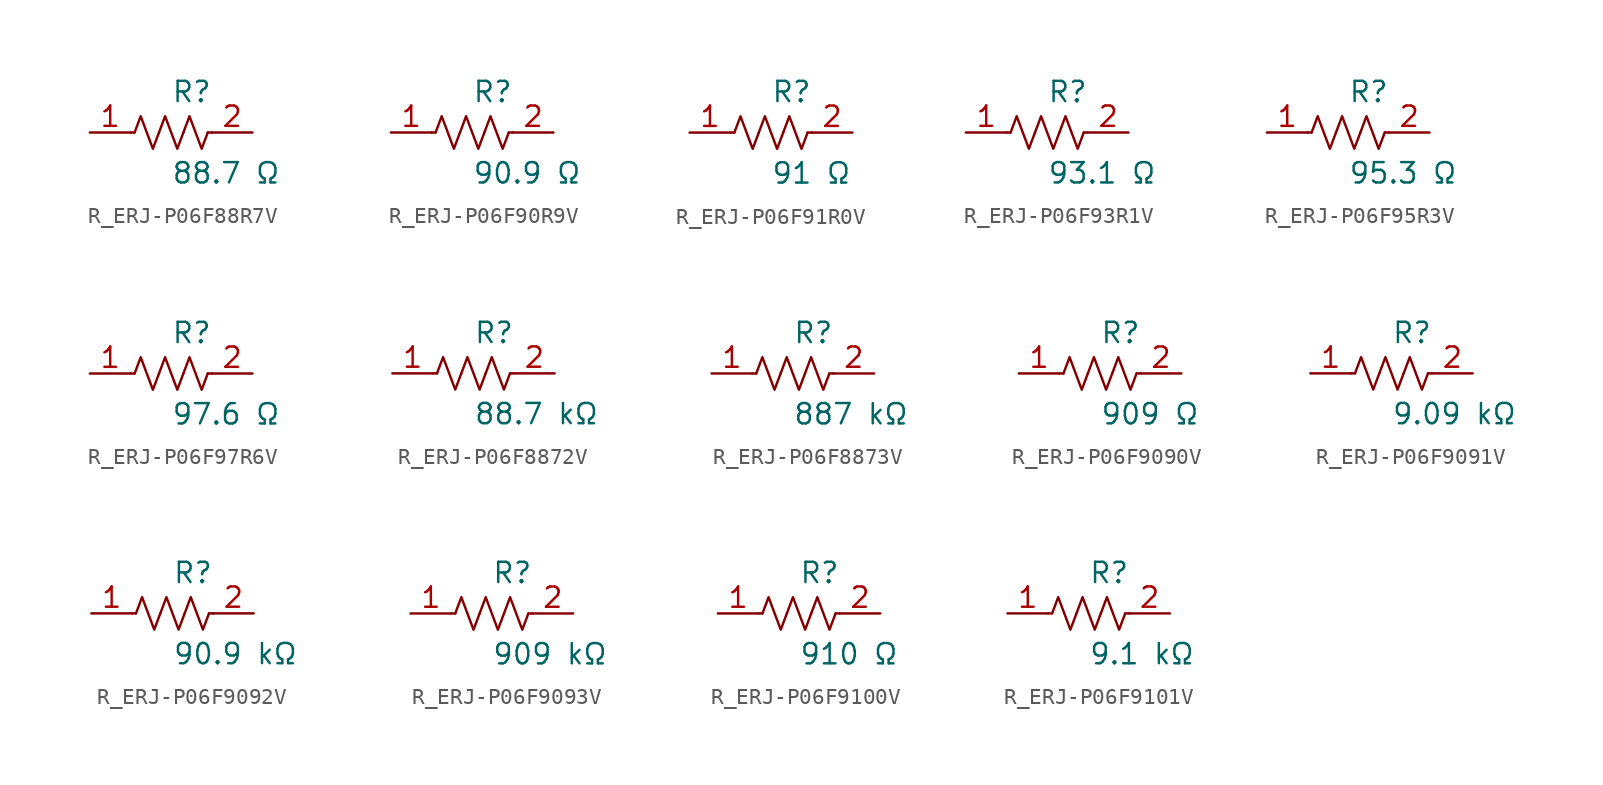
<source format=kicad_sym>
(kicad_symbol_lib
  (version 20231120)
  (generator kicad_symbol_editor)
  (generator_version 8.0)
  (symbol "R_ERJ-P06F88R7V"
    (pin_names
      (offset 0.254))
    (property "Reference" "R"
      (at 0 2.54 0)
      (effects (font (size 1.27 1.27)) (justify left)))
    (property "Value" "88.7 Ω"
      (at 0 -2.54 0)
      (effects (font (size 1.27 1.27)) (justify left)))
    (symbol "R_ERJ-P06F88R7V_0_1"
      (polyline (pts (xy 2.286 0) (xy 2.54 0)) (stroke (width 0) (type default)) (fill (type none)))
      (polyline (pts (xy -2.286 0) (xy -2.54 0)) (stroke (width 0) (type default)) (fill (type none)))
      (polyline (pts (xy 0.762 0) (xy 1.143 1.016) (xy 1.524 0) (xy 1.905 -1.016) (xy 2.286 0)) (stroke (width 0) (type default)) (fill (type none)))
      (polyline (pts (xy -0.762 0) (xy -0.381 1.016) (xy 0 0) (xy 0.381 -1.016) (xy 0.762 0)) (stroke (width 0) (type default)) (fill (type none)))
      (polyline (pts (xy -2.286 0) (xy -1.905 1.016) (xy -1.524 0) (xy -1.143 -1.016) (xy -0.762 0)) (stroke (width 0) (type default)) (fill (type none))))
    (pin passive line
      (at -5.08 0 0)
      (length 2.54)
      (name "" (effects (font (size 1.27 1.27))))
      (number "1" (effects (font (size 1.27 1.27)))))
    (pin passive line
      (at 5.08 0 180)
      (length 2.54)
      (name "" (effects (font (size 1.27 1.27))))
      (number "2" (effects (font (size 1.27 1.27))))))
  (symbol "R_ERJ-P06F90R9V"
    (pin_names
      (offset 0.254))
    (property "Reference" "R"
      (at 0 2.54 0)
      (effects (font (size 1.27 1.27)) (justify left)))
    (property "Value" "90.9 Ω"
      (at 0 -2.54 0)
      (effects (font (size 1.27 1.27)) (justify left)))
    (symbol "R_ERJ-P06F90R9V_0_1"
      (polyline (pts (xy 2.286 0) (xy 2.54 0)) (stroke (width 0) (type default)) (fill (type none)))
      (polyline (pts (xy -2.286 0) (xy -2.54 0)) (stroke (width 0) (type default)) (fill (type none)))
      (polyline (pts (xy 0.762 0) (xy 1.143 1.016) (xy 1.524 0) (xy 1.905 -1.016) (xy 2.286 0)) (stroke (width 0) (type default)) (fill (type none)))
      (polyline (pts (xy -0.762 0) (xy -0.381 1.016) (xy 0 0) (xy 0.381 -1.016) (xy 0.762 0)) (stroke (width 0) (type default)) (fill (type none)))
      (polyline (pts (xy -2.286 0) (xy -1.905 1.016) (xy -1.524 0) (xy -1.143 -1.016) (xy -0.762 0)) (stroke (width 0) (type default)) (fill (type none))))
    (pin passive line
      (at -5.08 0 0)
      (length 2.54)
      (name "" (effects (font (size 1.27 1.27))))
      (number "1" (effects (font (size 1.27 1.27)))))
    (pin passive line
      (at 5.08 0 180)
      (length 2.54)
      (name "" (effects (font (size 1.27 1.27))))
      (number "2" (effects (font (size 1.27 1.27))))))
  (symbol "R_ERJ-P06F91R0V"
    (pin_names
      (offset 0.254))
    (property "Reference" "R"
      (at 0 2.54 0)
      (effects (font (size 1.27 1.27)) (justify left)))
    (property "Value" "91 Ω"
      (at 0 -2.54 0)
      (effects (font (size 1.27 1.27)) (justify left)))
    (symbol "R_ERJ-P06F91R0V_0_1"
      (polyline (pts (xy 2.286 0) (xy 2.54 0)) (stroke (width 0) (type default)) (fill (type none)))
      (polyline (pts (xy -2.286 0) (xy -2.54 0)) (stroke (width 0) (type default)) (fill (type none)))
      (polyline (pts (xy 0.762 0) (xy 1.143 1.016) (xy 1.524 0) (xy 1.905 -1.016) (xy 2.286 0)) (stroke (width 0) (type default)) (fill (type none)))
      (polyline (pts (xy -0.762 0) (xy -0.381 1.016) (xy 0 0) (xy 0.381 -1.016) (xy 0.762 0)) (stroke (width 0) (type default)) (fill (type none)))
      (polyline (pts (xy -2.286 0) (xy -1.905 1.016) (xy -1.524 0) (xy -1.143 -1.016) (xy -0.762 0)) (stroke (width 0) (type default)) (fill (type none))))
    (pin passive line
      (at -5.08 0 0)
      (length 2.54)
      (name "" (effects (font (size 1.27 1.27))))
      (number "1" (effects (font (size 1.27 1.27)))))
    (pin passive line
      (at 5.08 0 180)
      (length 2.54)
      (name "" (effects (font (size 1.27 1.27))))
      (number "2" (effects (font (size 1.27 1.27))))))
  (symbol "R_ERJ-P06F93R1V"
    (pin_names
      (offset 0.254))
    (property "Reference" "R"
      (at 0 2.54 0)
      (effects (font (size 1.27 1.27)) (justify left)))
    (property "Value" "93.1 Ω"
      (at 0 -2.54 0)
      (effects (font (size 1.27 1.27)) (justify left)))
    (symbol "R_ERJ-P06F93R1V_0_1"
      (polyline (pts (xy 2.286 0) (xy 2.54 0)) (stroke (width 0) (type default)) (fill (type none)))
      (polyline (pts (xy -2.286 0) (xy -2.54 0)) (stroke (width 0) (type default)) (fill (type none)))
      (polyline (pts (xy 0.762 0) (xy 1.143 1.016) (xy 1.524 0) (xy 1.905 -1.016) (xy 2.286 0)) (stroke (width 0) (type default)) (fill (type none)))
      (polyline (pts (xy -0.762 0) (xy -0.381 1.016) (xy 0 0) (xy 0.381 -1.016) (xy 0.762 0)) (stroke (width 0) (type default)) (fill (type none)))
      (polyline (pts (xy -2.286 0) (xy -1.905 1.016) (xy -1.524 0) (xy -1.143 -1.016) (xy -0.762 0)) (stroke (width 0) (type default)) (fill (type none))))
    (pin passive line
      (at -5.08 0 0)
      (length 2.54)
      (name "" (effects (font (size 1.27 1.27))))
      (number "1" (effects (font (size 1.27 1.27)))))
    (pin passive line
      (at 5.08 0 180)
      (length 2.54)
      (name "" (effects (font (size 1.27 1.27))))
      (number "2" (effects (font (size 1.27 1.27))))))
  (symbol "R_ERJ-P06F95R3V"
    (pin_names
      (offset 0.254))
    (property "Reference" "R"
      (at 0 2.54 0)
      (effects (font (size 1.27 1.27)) (justify left)))
    (property "Value" "95.3 Ω"
      (at 0 -2.54 0)
      (effects (font (size 1.27 1.27)) (justify left)))
    (symbol "R_ERJ-P06F95R3V_0_1"
      (polyline (pts (xy 2.286 0) (xy 2.54 0)) (stroke (width 0) (type default)) (fill (type none)))
      (polyline (pts (xy -2.286 0) (xy -2.54 0)) (stroke (width 0) (type default)) (fill (type none)))
      (polyline (pts (xy 0.762 0) (xy 1.143 1.016) (xy 1.524 0) (xy 1.905 -1.016) (xy 2.286 0)) (stroke (width 0) (type default)) (fill (type none)))
      (polyline (pts (xy -0.762 0) (xy -0.381 1.016) (xy 0 0) (xy 0.381 -1.016) (xy 0.762 0)) (stroke (width 0) (type default)) (fill (type none)))
      (polyline (pts (xy -2.286 0) (xy -1.905 1.016) (xy -1.524 0) (xy -1.143 -1.016) (xy -0.762 0)) (stroke (width 0) (type default)) (fill (type none))))
    (pin passive line
      (at -5.08 0 0)
      (length 2.54)
      (name "" (effects (font (size 1.27 1.27))))
      (number "1" (effects (font (size 1.27 1.27)))))
    (pin passive line
      (at 5.08 0 180)
      (length 2.54)
      (name "" (effects (font (size 1.27 1.27))))
      (number "2" (effects (font (size 1.27 1.27))))))
  (symbol "R_ERJ-P06F97R6V"
    (pin_names
      (offset 0.254))
    (property "Reference" "R"
      (at 0 2.54 0)
      (effects (font (size 1.27 1.27)) (justify left)))
    (property "Value" "97.6 Ω"
      (at 0 -2.54 0)
      (effects (font (size 1.27 1.27)) (justify left)))
    (symbol "R_ERJ-P06F97R6V_0_1"
      (polyline (pts (xy 2.286 0) (xy 2.54 0)) (stroke (width 0) (type default)) (fill (type none)))
      (polyline (pts (xy -2.286 0) (xy -2.54 0)) (stroke (width 0) (type default)) (fill (type none)))
      (polyline (pts (xy 0.762 0) (xy 1.143 1.016) (xy 1.524 0) (xy 1.905 -1.016) (xy 2.286 0)) (stroke (width 0) (type default)) (fill (type none)))
      (polyline (pts (xy -0.762 0) (xy -0.381 1.016) (xy 0 0) (xy 0.381 -1.016) (xy 0.762 0)) (stroke (width 0) (type default)) (fill (type none)))
      (polyline (pts (xy -2.286 0) (xy -1.905 1.016) (xy -1.524 0) (xy -1.143 -1.016) (xy -0.762 0)) (stroke (width 0) (type default)) (fill (type none))))
    (pin passive line
      (at -5.08 0 0)
      (length 2.54)
      (name "" (effects (font (size 1.27 1.27))))
      (number "1" (effects (font (size 1.27 1.27)))))
    (pin passive line
      (at 5.08 0 180)
      (length 2.54)
      (name "" (effects (font (size 1.27 1.27))))
      (number "2" (effects (font (size 1.27 1.27))))))
  (symbol "R_ERJ-P06F8872V"
    (pin_names
      (offset 0.254))
    (property "Reference" "R"
      (at 0 2.54 0)
      (effects (font (size 1.27 1.27)) (justify left)))
    (property "Value" "88.7 kΩ"
      (at 0 -2.54 0)
      (effects (font (size 1.27 1.27)) (justify left)))
    (symbol "R_ERJ-P06F8872V_0_1"
      (polyline (pts (xy 2.286 0) (xy 2.54 0)) (stroke (width 0) (type default)) (fill (type none)))
      (polyline (pts (xy -2.286 0) (xy -2.54 0)) (stroke (width 0) (type default)) (fill (type none)))
      (polyline (pts (xy 0.762 0) (xy 1.143 1.016) (xy 1.524 0) (xy 1.905 -1.016) (xy 2.286 0)) (stroke (width 0) (type default)) (fill (type none)))
      (polyline (pts (xy -0.762 0) (xy -0.381 1.016) (xy 0 0) (xy 0.381 -1.016) (xy 0.762 0)) (stroke (width 0) (type default)) (fill (type none)))
      (polyline (pts (xy -2.286 0) (xy -1.905 1.016) (xy -1.524 0) (xy -1.143 -1.016) (xy -0.762 0)) (stroke (width 0) (type default)) (fill (type none))))
    (pin passive line
      (at -5.08 0 0)
      (length 2.54)
      (name "" (effects (font (size 1.27 1.27))))
      (number "1" (effects (font (size 1.27 1.27)))))
    (pin passive line
      (at 5.08 0 180)
      (length 2.54)
      (name "" (effects (font (size 1.27 1.27))))
      (number "2" (effects (font (size 1.27 1.27))))))
  (symbol "R_ERJ-P06F8873V"
    (pin_names
      (offset 0.254))
    (property "Reference" "R"
      (at 0 2.54 0)
      (effects (font (size 1.27 1.27)) (justify left)))
    (property "Value" "887 kΩ"
      (at 0 -2.54 0)
      (effects (font (size 1.27 1.27)) (justify left)))
    (symbol "R_ERJ-P06F8873V_0_1"
      (polyline (pts (xy 2.286 0) (xy 2.54 0)) (stroke (width 0) (type default)) (fill (type none)))
      (polyline (pts (xy -2.286 0) (xy -2.54 0)) (stroke (width 0) (type default)) (fill (type none)))
      (polyline (pts (xy 0.762 0) (xy 1.143 1.016) (xy 1.524 0) (xy 1.905 -1.016) (xy 2.286 0)) (stroke (width 0) (type default)) (fill (type none)))
      (polyline (pts (xy -0.762 0) (xy -0.381 1.016) (xy 0 0) (xy 0.381 -1.016) (xy 0.762 0)) (stroke (width 0) (type default)) (fill (type none)))
      (polyline (pts (xy -2.286 0) (xy -1.905 1.016) (xy -1.524 0) (xy -1.143 -1.016) (xy -0.762 0)) (stroke (width 0) (type default)) (fill (type none))))
    (pin passive line
      (at -5.08 0 0)
      (length 2.54)
      (name "" (effects (font (size 1.27 1.27))))
      (number "1" (effects (font (size 1.27 1.27)))))
    (pin passive line
      (at 5.08 0 180)
      (length 2.54)
      (name "" (effects (font (size 1.27 1.27))))
      (number "2" (effects (font (size 1.27 1.27))))))
  (symbol "R_ERJ-P06F9090V"
    (pin_names
      (offset 0.254))
    (property "Reference" "R"
      (at 0 2.54 0)
      (effects (font (size 1.27 1.27)) (justify left)))
    (property "Value" "909 Ω"
      (at 0 -2.54 0)
      (effects (font (size 1.27 1.27)) (justify left)))
    (symbol "R_ERJ-P06F9090V_0_1"
      (polyline (pts (xy 2.286 0) (xy 2.54 0)) (stroke (width 0) (type default)) (fill (type none)))
      (polyline (pts (xy -2.286 0) (xy -2.54 0)) (stroke (width 0) (type default)) (fill (type none)))
      (polyline (pts (xy 0.762 0) (xy 1.143 1.016) (xy 1.524 0) (xy 1.905 -1.016) (xy 2.286 0)) (stroke (width 0) (type default)) (fill (type none)))
      (polyline (pts (xy -0.762 0) (xy -0.381 1.016) (xy 0 0) (xy 0.381 -1.016) (xy 0.762 0)) (stroke (width 0) (type default)) (fill (type none)))
      (polyline (pts (xy -2.286 0) (xy -1.905 1.016) (xy -1.524 0) (xy -1.143 -1.016) (xy -0.762 0)) (stroke (width 0) (type default)) (fill (type none))))
    (pin passive line
      (at -5.08 0 0)
      (length 2.54)
      (name "" (effects (font (size 1.27 1.27))))
      (number "1" (effects (font (size 1.27 1.27)))))
    (pin passive line
      (at 5.08 0 180)
      (length 2.54)
      (name "" (effects (font (size 1.27 1.27))))
      (number "2" (effects (font (size 1.27 1.27))))))
  (symbol "R_ERJ-P06F9091V"
    (pin_names
      (offset 0.254))
    (property "Reference" "R"
      (at 0 2.54 0)
      (effects (font (size 1.27 1.27)) (justify left)))
    (property "Value" "9.09 kΩ"
      (at 0 -2.54 0)
      (effects (font (size 1.27 1.27)) (justify left)))
    (symbol "R_ERJ-P06F9091V_0_1"
      (polyline (pts (xy 2.286 0) (xy 2.54 0)) (stroke (width 0) (type default)) (fill (type none)))
      (polyline (pts (xy -2.286 0) (xy -2.54 0)) (stroke (width 0) (type default)) (fill (type none)))
      (polyline (pts (xy 0.762 0) (xy 1.143 1.016) (xy 1.524 0) (xy 1.905 -1.016) (xy 2.286 0)) (stroke (width 0) (type default)) (fill (type none)))
      (polyline (pts (xy -0.762 0) (xy -0.381 1.016) (xy 0 0) (xy 0.381 -1.016) (xy 0.762 0)) (stroke (width 0) (type default)) (fill (type none)))
      (polyline (pts (xy -2.286 0) (xy -1.905 1.016) (xy -1.524 0) (xy -1.143 -1.016) (xy -0.762 0)) (stroke (width 0) (type default)) (fill (type none))))
    (pin passive line
      (at -5.08 0 0)
      (length 2.54)
      (name "" (effects (font (size 1.27 1.27))))
      (number "1" (effects (font (size 1.27 1.27)))))
    (pin passive line
      (at 5.08 0 180)
      (length 2.54)
      (name "" (effects (font (size 1.27 1.27))))
      (number "2" (effects (font (size 1.27 1.27))))))
  (symbol "R_ERJ-P06F9092V"
    (pin_names
      (offset 0.254))
    (property "Reference" "R"
      (at 0 2.54 0)
      (effects (font (size 1.27 1.27)) (justify left)))
    (property "Value" "90.9 kΩ"
      (at 0 -2.54 0)
      (effects (font (size 1.27 1.27)) (justify left)))
    (symbol "R_ERJ-P06F9092V_0_1"
      (polyline (pts (xy 2.286 0) (xy 2.54 0)) (stroke (width 0) (type default)) (fill (type none)))
      (polyline (pts (xy -2.286 0) (xy -2.54 0)) (stroke (width 0) (type default)) (fill (type none)))
      (polyline (pts (xy 0.762 0) (xy 1.143 1.016) (xy 1.524 0) (xy 1.905 -1.016) (xy 2.286 0)) (stroke (width 0) (type default)) (fill (type none)))
      (polyline (pts (xy -0.762 0) (xy -0.381 1.016) (xy 0 0) (xy 0.381 -1.016) (xy 0.762 0)) (stroke (width 0) (type default)) (fill (type none)))
      (polyline (pts (xy -2.286 0) (xy -1.905 1.016) (xy -1.524 0) (xy -1.143 -1.016) (xy -0.762 0)) (stroke (width 0) (type default)) (fill (type none))))
    (pin passive line
      (at -5.08 0 0)
      (length 2.54)
      (name "" (effects (font (size 1.27 1.27))))
      (number "1" (effects (font (size 1.27 1.27)))))
    (pin passive line
      (at 5.08 0 180)
      (length 2.54)
      (name "" (effects (font (size 1.27 1.27))))
      (number "2" (effects (font (size 1.27 1.27))))))
  (symbol "R_ERJ-P06F9093V"
    (pin_names
      (offset 0.254))
    (property "Reference" "R"
      (at 0 2.54 0)
      (effects (font (size 1.27 1.27)) (justify left)))
    (property "Value" "909 kΩ"
      (at 0 -2.54 0)
      (effects (font (size 1.27 1.27)) (justify left)))
    (symbol "R_ERJ-P06F9093V_0_1"
      (polyline (pts (xy 2.286 0) (xy 2.54 0)) (stroke (width 0) (type default)) (fill (type none)))
      (polyline (pts (xy -2.286 0) (xy -2.54 0)) (stroke (width 0) (type default)) (fill (type none)))
      (polyline (pts (xy 0.762 0) (xy 1.143 1.016) (xy 1.524 0) (xy 1.905 -1.016) (xy 2.286 0)) (stroke (width 0) (type default)) (fill (type none)))
      (polyline (pts (xy -0.762 0) (xy -0.381 1.016) (xy 0 0) (xy 0.381 -1.016) (xy 0.762 0)) (stroke (width 0) (type default)) (fill (type none)))
      (polyline (pts (xy -2.286 0) (xy -1.905 1.016) (xy -1.524 0) (xy -1.143 -1.016) (xy -0.762 0)) (stroke (width 0) (type default)) (fill (type none))))
    (pin passive line
      (at -5.08 0 0)
      (length 2.54)
      (name "" (effects (font (size 1.27 1.27))))
      (number "1" (effects (font (size 1.27 1.27)))))
    (pin passive line
      (at 5.08 0 180)
      (length 2.54)
      (name "" (effects (font (size 1.27 1.27))))
      (number "2" (effects (font (size 1.27 1.27))))))
  (symbol "R_ERJ-P06F9100V"
    (pin_names
      (offset 0.254))
    (property "Reference" "R"
      (at 0 2.54 0)
      (effects (font (size 1.27 1.27)) (justify left)))
    (property "Value" "910 Ω"
      (at 0 -2.54 0)
      (effects (font (size 1.27 1.27)) (justify left)))
    (symbol "R_ERJ-P06F9100V_0_1"
      (polyline (pts (xy 2.286 0) (xy 2.54 0)) (stroke (width 0) (type default)) (fill (type none)))
      (polyline (pts (xy -2.286 0) (xy -2.54 0)) (stroke (width 0) (type default)) (fill (type none)))
      (polyline (pts (xy 0.762 0) (xy 1.143 1.016) (xy 1.524 0) (xy 1.905 -1.016) (xy 2.286 0)) (stroke (width 0) (type default)) (fill (type none)))
      (polyline (pts (xy -0.762 0) (xy -0.381 1.016) (xy 0 0) (xy 0.381 -1.016) (xy 0.762 0)) (stroke (width 0) (type default)) (fill (type none)))
      (polyline (pts (xy -2.286 0) (xy -1.905 1.016) (xy -1.524 0) (xy -1.143 -1.016) (xy -0.762 0)) (stroke (width 0) (type default)) (fill (type none))))
    (pin passive line
      (at -5.08 0 0)
      (length 2.54)
      (name "" (effects (font (size 1.27 1.27))))
      (number "1" (effects (font (size 1.27 1.27)))))
    (pin passive line
      (at 5.08 0 180)
      (length 2.54)
      (name "" (effects (font (size 1.27 1.27))))
      (number "2" (effects (font (size 1.27 1.27))))))
  (symbol "R_ERJ-P06F9101V"
    (pin_names
      (offset 0.254))
    (property "Reference" "R"
      (at 0 2.54 0)
      (effects (font (size 1.27 1.27)) (justify left)))
    (property "Value" "9.1 kΩ"
      (at 0 -2.54 0)
      (effects (font (size 1.27 1.27)) (justify left)))
    (symbol "R_ERJ-P06F9101V_0_1"
      (polyline (pts (xy 2.286 0) (xy 2.54 0)) (stroke (width 0) (type default)) (fill (type none)))
      (polyline (pts (xy -2.286 0) (xy -2.54 0)) (stroke (width 0) (type default)) (fill (type none)))
      (polyline (pts (xy 0.762 0) (xy 1.143 1.016) (xy 1.524 0) (xy 1.905 -1.016) (xy 2.286 0)) (stroke (width 0) (type default)) (fill (type none)))
      (polyline (pts (xy -0.762 0) (xy -0.381 1.016) (xy 0 0) (xy 0.381 -1.016) (xy 0.762 0)) (stroke (width 0) (type default)) (fill (type none)))
      (polyline (pts (xy -2.286 0) (xy -1.905 1.016) (xy -1.524 0) (xy -1.143 -1.016) (xy -0.762 0)) (stroke (width 0) (type default)) (fill (type none))))
    (pin passive line
      (at -5.08 0 0)
      (length 2.54)
      (name "" (effects (font (size 1.27 1.27))))
      (number "1" (effects (font (size 1.27 1.27)))))
    (pin passive line
      (at 5.08 0 180)
      (length 2.54)
      (name "" (effects (font (size 1.27 1.27))))
      (number "2" (effects (font (size 1.27 1.27)))))))
</source>
